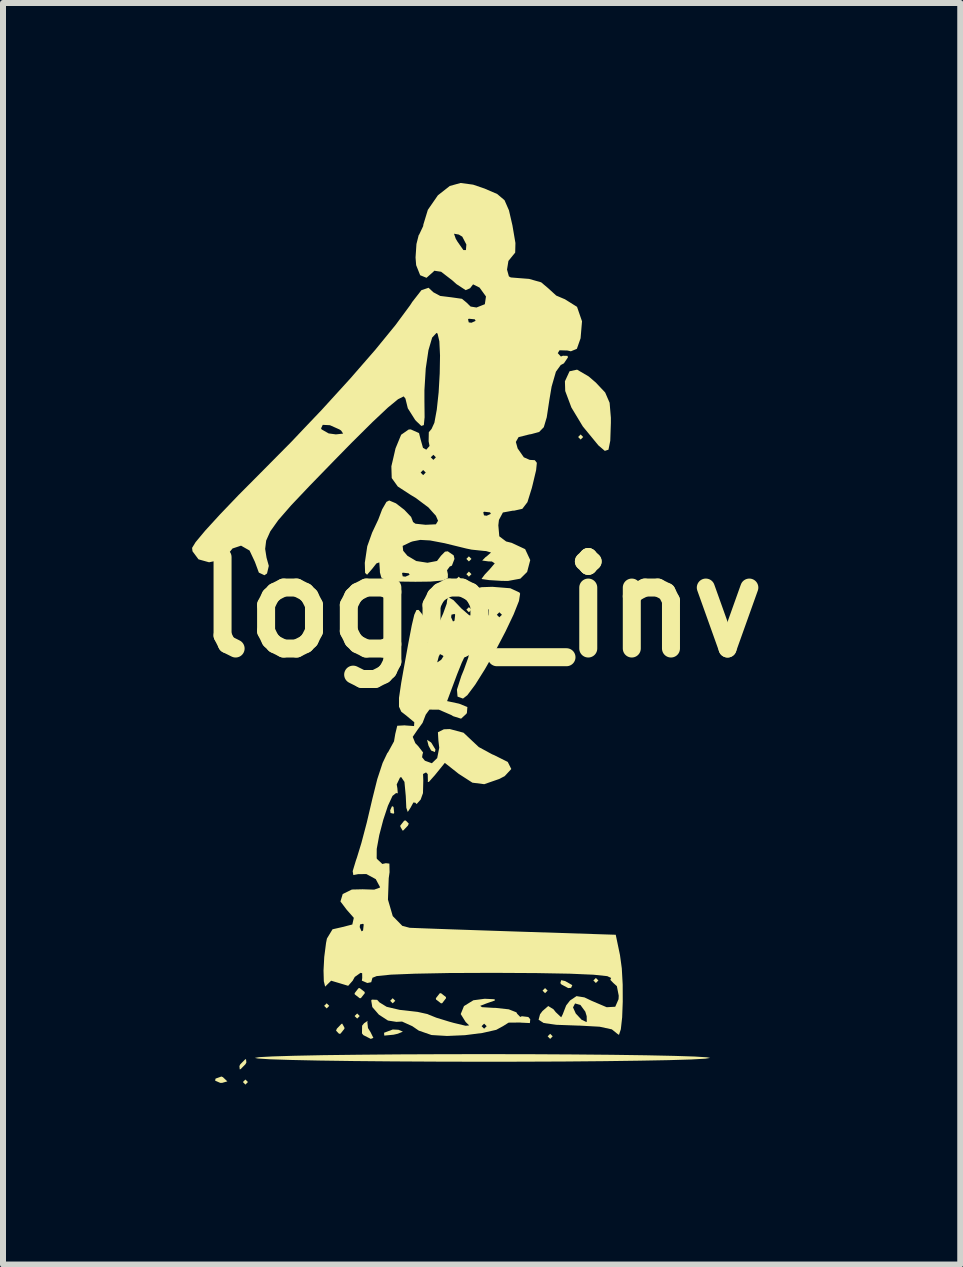
<source format=kicad_pcb>
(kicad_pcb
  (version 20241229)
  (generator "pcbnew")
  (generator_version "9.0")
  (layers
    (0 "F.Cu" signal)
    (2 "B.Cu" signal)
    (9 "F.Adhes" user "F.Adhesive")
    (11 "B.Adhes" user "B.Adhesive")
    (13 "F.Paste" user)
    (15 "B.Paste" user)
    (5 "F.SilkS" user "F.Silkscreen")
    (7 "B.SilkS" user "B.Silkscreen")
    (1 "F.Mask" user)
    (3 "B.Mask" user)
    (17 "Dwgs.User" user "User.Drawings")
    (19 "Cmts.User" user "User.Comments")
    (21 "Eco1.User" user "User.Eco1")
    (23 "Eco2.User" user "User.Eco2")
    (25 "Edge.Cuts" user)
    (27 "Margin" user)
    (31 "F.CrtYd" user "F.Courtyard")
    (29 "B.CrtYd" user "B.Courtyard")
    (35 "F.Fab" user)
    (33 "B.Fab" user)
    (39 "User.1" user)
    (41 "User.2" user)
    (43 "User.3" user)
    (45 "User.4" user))
  (footprint "logo_inv"
    (layer "F.Cu")
    (at 4.978 7.071)
    (property "Reference" "logo_inv" (at 0 0 0) (layer "F.SilkS") (effects (font (size 1.524 1.524) (thickness 0.3))))
    (attr board_only exclude_from_pos_files exclude_from_bom)
    (fp_poly (pts (xy -3.895 7.916) (xy -3.937 7.959) (xy -3.979 7.916) (xy -3.937 7.874)) (stroke (width 0) (type solid)) (fill yes) (layer "F.SilkS"))
    (fp_poly (pts (xy -2.54 6.646) (xy -2.582 6.689) (xy -2.625 6.646) (xy -2.582 6.604)) (stroke (width 0) (type solid)) (fill yes) (layer "F.SilkS"))
    (fp_poly (pts (xy -2.032 6.816) (xy -2.074 6.858) (xy -2.117 6.816) (xy -2.074 6.773)) (stroke (width 0) (type solid)) (fill yes) (layer "F.SilkS"))
    (fp_poly (pts (xy -1.439 6.562) (xy -1.482 6.604) (xy -1.524 6.562) (xy -1.482 6.519)) (stroke (width 0) (type solid)) (fill yes) (layer "F.SilkS"))
    (fp_poly (pts (xy -0.339 -0.466) (xy -0.381 -0.423) (xy -0.423 -0.466) (xy -0.381 -0.508)) (stroke (width 0) (type solid)) (fill yes) (layer "F.SilkS"))
    (fp_poly (pts (xy -0.169 -0.804) (xy -0.212 -0.762) (xy -0.254 -0.804) (xy -0.212 -0.847)) (stroke (width 0) (type solid)) (fill yes) (layer "F.SilkS"))
    (fp_poly (pts (xy -0.169 -0.55) (xy -0.212 -0.508) (xy -0.254 -0.55) (xy -0.212 -0.593)) (stroke (width 0) (type solid)) (fill yes) (layer "F.SilkS"))
    (fp_poly (pts (xy -0.169 0.042) (xy -0.212 0.085) (xy -0.254 0.042) (xy -0.212 0)) (stroke (width 0) (type solid)) (fill yes) (layer "F.SilkS"))
    (fp_poly (pts (xy 1.101 6.392) (xy 1.058 6.435) (xy 1.016 6.392) (xy 1.058 6.35)) (stroke (width 0) (type solid)) (fill yes) (layer "F.SilkS"))
    (fp_poly (pts (xy 1.185 7.154) (xy 1.143 7.197) (xy 1.101 7.154) (xy 1.143 7.112)) (stroke (width 0) (type solid)) (fill yes) (layer "F.SilkS"))
    (fp_poly (pts (xy 1.693 -2.836) (xy 1.651 -2.794) (xy 1.609 -2.836) (xy 1.651 -2.879)) (stroke (width 0) (type solid)) (fill yes) (layer "F.SilkS"))
    (fp_poly (pts (xy 1.947 6.223) (xy 1.905 6.265) (xy 1.863 6.223) (xy 1.905 6.181)) (stroke (width 0) (type solid)) (fill yes) (layer "F.SilkS"))
    (fp_poly (pts (xy -1.468 3.33) (xy -1.457 3.431) (xy -1.468 3.443) (xy -1.518 3.431) (xy -1.524 3.387) (xy -1.493 3.317)) (stroke (width 0) (type solid)) (fill yes) (layer "F.SilkS"))
    (fp_poly (pts (xy -4.312 7.835) (xy -4.238 7.905) (xy -4.325 7.93) (xy -4.357 7.93) (xy -4.442 7.893) (xy -4.435 7.859) (xy -4.337 7.824)) (stroke (width 0) (type solid)) (fill yes) (layer "F.SilkS"))
    (fp_poly (pts (xy -0.847 2.252) (xy -0.836 2.263) (xy -0.769 2.374) (xy -0.778 2.415) (xy -0.841 2.39) (xy -0.884 2.311) (xy -0.909 2.212)) (stroke (width 0) (type solid)) (fill yes) (layer "F.SilkS"))
    (fp_poly (pts (xy 1.393 6.233) (xy 1.512 6.301) (xy 1.492 6.346) (xy 1.444 6.35) (xy 1.33 6.289) (xy 1.313 6.266) (xy 1.327 6.218)) (stroke (width 0) (type solid)) (fill yes) (layer "F.SilkS"))
    (fp_poly (pts (xy -3.921 7.59) (xy -3.937 7.62) (xy -4.017 7.701) (xy -4.032 7.705) (xy -4.037 7.65) (xy -4.022 7.62) (xy -3.942 7.539) (xy -3.927 7.535)) (stroke (width 0) (type solid)) (fill yes) (layer "F.SilkS"))
    (fp_poly (pts (xy -2.287 7.008) (xy -2.286 7.027) (xy -2.351 7.109) (xy -2.376 7.112) (xy -2.426 7.06) (xy -2.413 7.027) (xy -2.337 6.947) (xy -2.323 6.943)) (stroke (width 0) (type solid)) (fill yes) (layer "F.SilkS"))
    (fp_poly (pts (xy -1.95 6.414) (xy -1.947 6.435) (xy -2.012 6.517) (xy -2.032 6.519) (xy -2.114 6.455) (xy -2.117 6.435) (xy -2.052 6.352) (xy -2.032 6.35)) (stroke (width 0) (type solid)) (fill yes) (layer "F.SilkS"))
    (fp_poly (pts (xy -1.385 7.045) (xy -1.312 7.076) (xy -1.397 7.111) (xy -1.467 7.127) (xy -1.622 7.142) (xy -1.626 7.096) (xy -1.624 7.094) (xy -1.48 7.04)) (stroke (width 0) (type solid)) (fill yes) (layer "F.SilkS"))
    (fp_poly (pts (xy -1.214 3.608) (xy -1.228 3.641) (xy -1.304 3.721) (xy -1.317 3.725) (xy -1.354 3.66) (xy -1.355 3.641) (xy -1.29 3.559) (xy -1.265 3.556)) (stroke (width 0) (type solid)) (fill yes) (layer "F.SilkS"))
    (fp_poly (pts (xy -0.595 6.499) (xy -0.593 6.519) (xy -0.657 6.602) (xy -0.677 6.604) (xy -0.76 6.54) (xy -0.762 6.519) (xy -0.698 6.437) (xy -0.677 6.435)) (stroke (width 0) (type solid)) (fill yes) (layer "F.SilkS"))
    (fp_poly (pts (xy -1.905 6.913) (xy -1.894 7.016) (xy -1.852 7.083) (xy -1.804 7.18) (xy -1.847 7.197) (xy -1.971 7.134) (xy -1.994 7.105) (xy -1.992 6.977) (xy -1.958 6.935) (xy -1.897 6.895)) (stroke (width 0) (type solid)) (fill yes) (layer "F.SilkS"))
    (fp_poly (pts (xy 1.785 -3.846) (xy 1.905 -3.743) (xy 2.06 -3.578) (xy 2.134 -3.407) (xy 2.155 -3.157) (xy 2.155 -3.071) (xy 2.145 -2.774) (xy 2.115 -2.625) (xy 2.054 -2.605) (xy 1.95 -2.694) (xy 1.945 -2.699) (xy 1.687 -3.013) (xy 1.497 -3.328) (xy 1.394 -3.603) (xy 1.389 -3.765) (xy 1.466 -3.932) (xy 1.592 -3.959)) (stroke (width 0) (type solid)) (fill yes) (layer "F.SilkS"))
    (fp_poly (pts (xy 0.78 7.452) (xy 1.511 7.456) (xy 2.171 7.462) (xy 2.742 7.47) (xy 3.208 7.48) (xy 3.552 7.491) (xy 3.757 7.504) (xy 3.81 7.514) (xy 3.728 7.527) (xy 3.494 7.54) (xy 3.124 7.551) (xy 2.636 7.56) (xy 2.047 7.568) (xy 1.373 7.574) (xy 0.632 7.577) (xy 0.034 7.578) (xy -0.749 7.576) (xy -1.478 7.572) (xy -2.138 7.566) (xy -2.71 7.558) (xy -3.177 7.548) (xy -3.522 7.537) (xy -3.728 7.524) (xy -3.781 7.514) (xy -3.707 7.501) (xy -3.481 7.489) (xy -3.119 7.478) (xy -2.637 7.468) (xy -2.053 7.461) (xy -1.382 7.455) (xy -0.642 7.452) (xy -0.005 7.451)) (stroke (width 0) (type solid)) (fill yes) (layer "F.SilkS"))
    (fp_poly (pts (xy 0.217 6.536) (xy 0.221 6.557) (xy 0.085 6.604) (xy -0.023 6.646) (xy 0.006 6.668) (xy 0.186 6.679) (xy 0.233 6.68) (xy 0.453 6.704) (xy 0.58 6.754) (xy 0.593 6.778) (xy 0.644 6.831) (xy 0.671 6.819) (xy 0.779 6.832) (xy 0.811 6.869) (xy 0.805 6.933) (xy 0.656 6.926) (xy 0.645 6.924) (xy 0.45 6.926) (xy 0.358 6.984) (xy 0.244 7.046) (xy 0.014 7.098) (xy -0.277 7.135) (xy -0.576 7.148) (xy -0.828 7.133) (xy -0.839 7.131) (xy -1.047 7.059) (xy -1.155 6.985) (xy 0 6.985) (xy 0.042 7.027) (xy 0.085 6.985) (xy 0.042 6.943) (xy 0 6.985) (xy -1.155 6.985) (xy -1.155 6.985) (xy -1.326 6.908) (xy -1.42 6.913) (xy -1.561 6.891) (xy -1.712 6.793) (xy -1.822 6.666) (xy -1.84 6.557) (xy -1.829 6.542) (xy -1.741 6.546) (xy -1.703 6.588) (xy -1.583 6.662) (xy -1.366 6.713) (xy -1.299 6.72) (xy -1.065 6.747) (xy -0.903 6.783) (xy -0.883 6.792) (xy -0.756 6.843) (xy -0.538 6.91) (xy -0.466 6.93) (xy -0.266 6.978) (xy -0.207 6.972) (xy -0.266 6.915) (xy -0.348 6.783) (xy -0.294 6.65) (xy -0.137 6.553) (xy 0.052 6.528)) (stroke (width 0) (type solid)) (fill yes) (layer "F.SilkS"))
    (fp_poly (pts (xy 0.479 -0.315) (xy 0.63 -0.245) (xy 0.642 -0.225) (xy 0.623 -0.103) (xy 0.534 0.121) (xy 0.397 0.409) (xy 0.231 0.726) (xy 0.056 1.033) (xy -0.107 1.293) (xy -0.238 1.468) (xy -0.31 1.524) (xy -0.401 1.491) (xy -0.411 1.375) (xy -0.338 1.148) (xy -0.295 1.043) (xy -0.222 0.84) (xy -0.198 0.714) (xy -0.202 0.701) (xy -0.248 0.753) (xy -0.33 0.924) (xy -0.407 1.116) (xy -0.575 1.566) (xy -0.375 1.609) (xy -0.237 1.665) (xy -0.245 1.763) (xy -0.254 1.778) (xy -0.342 1.859) (xy -0.473 1.818) (xy -0.504 1.799) (xy -0.712 1.709) (xy -0.87 1.708) (xy -0.931 1.792) (xy -0.984 1.929) (xy -1.062 2.036) (xy -1.148 2.162) (xy -1.105 2.267) (xy -1.056 2.318) (xy -0.975 2.423) (xy -0.985 2.455) (xy -0.992 2.502) (xy -0.945 2.56) (xy -0.829 2.602) (xy -0.74 2.516) (xy -0.706 2.343) (xy -0.72 2.223) (xy -0.728 2.085) (xy -0.629 2.036) (xy -0.53 2.032) (xy -0.301 2.093) (xy -0.193 2.195) (xy -0.047 2.332) (xy 0.176 2.453) (xy 0.208 2.466) (xy 0.436 2.58) (xy 0.495 2.698) (xy 0.385 2.817) (xy 0.292 2.865) (xy 0.044 2.951) (xy -0.153 2.926) (xy -0.378 2.781) (xy -0.38 2.78) (xy -0.613 2.596) (xy -0.779 2.801) (xy -0.878 2.912) (xy -0.9 2.915) (xy -0.895 2.906) (xy -0.898 2.783) (xy -0.926 2.755) (xy -0.976 2.781) (xy -0.972 2.888) (xy -0.977 3.1) (xy -1.016 3.208) (xy -1.084 3.283) (xy -1.104 3.26) (xy -1.137 3.256) (xy -1.185 3.344) (xy -1.231 3.414) (xy -1.255 3.344) (xy -1.264 3.149) (xy -1.286 2.913) (xy -1.34 2.833) (xy -1.36 2.84) (xy -1.415 2.955) (xy -1.404 3.019) (xy -1.397 3.103) (xy -1.426 3.099) (xy -1.485 3.146) (xy -1.561 3.31) (xy -1.639 3.545) (xy -1.706 3.801) (xy -1.748 4.03) (xy -1.749 4.183) (xy -1.745 4.196) (xy -1.655 4.281) (xy -1.596 4.268) (xy -1.537 4.275) (xy -1.534 4.418) (xy -1.548 4.518) (xy -1.561 4.875) (xy -1.481 5.15) (xy -1.321 5.313) (xy -1.198 5.345) (xy -1.044 5.351) (xy -0.752 5.362) (xy -0.353 5.376) (xy 0.122 5.392) (xy 0.631 5.409) (xy 2.236 5.461) (xy 2.307 5.8) (xy 2.337 6.02) (xy 2.352 6.292) (xy 2.353 6.578) (xy 2.343 6.839) (xy 2.321 7.036) (xy 2.29 7.13) (xy 2.263 7.112) (xy 2.171 7.038) (xy 1.968 6.994) (xy 1.627 6.975) (xy 1.605 6.975) (xy 1.245 6.962) (xy 1.034 6.932) (xy 0.95 6.877) (xy 0.974 6.787) (xy 1.015 6.732) (xy 1.111 6.649) (xy 1.198 6.703) (xy 1.236 6.751) (xy 1.327 6.837) (xy 1.352 6.788) (xy 1.397 6.672) (xy 1.524 6.672) (xy 1.57 6.774) (xy 1.666 6.877) (xy 1.746 6.915) (xy 1.753 6.911) (xy 1.752 6.819) (xy 1.729 6.743) (xy 1.647 6.631) (xy 1.558 6.606) (xy 1.524 6.672) (xy 1.397 6.672) (xy 1.41 6.639) (xy 1.474 6.557) (xy 1.582 6.484) (xy 1.714 6.505) (xy 1.834 6.562) (xy 2.085 6.669) (xy 2.228 6.661) (xy 2.283 6.535) (xy 2.286 6.477) (xy 2.255 6.318) (xy 2.196 6.265) (xy 2.146 6.213) (xy 2.159 6.181) (xy 2.095 6.151) (xy 1.865 6.127) (xy 1.472 6.11) (xy 0.918 6.1) (xy 0.207 6.096) (xy 0.169 6.096) (xy -0.549 6.099) (xy -1.111 6.11) (xy -1.512 6.126) (xy -1.749 6.15) (xy -1.821 6.179) (xy -1.82 6.181) (xy -1.84 6.252) (xy -1.905 6.265) (xy -1.996 6.226) (xy -1.99 6.181) (xy -1.991 6.102) (xy -2.018 6.096) (xy -2.114 6.164) (xy -2.149 6.227) (xy -2.224 6.312) (xy -2.363 6.27) (xy -2.508 6.227) (xy -2.569 6.287) (xy -2.608 6.326) (xy -2.63 6.236) (xy -2.635 6.058) (xy -2.623 5.832) (xy -2.593 5.598) (xy -2.578 5.524) (xy -2.485 5.37) (xy -2.327 5.334) (xy -2.032 5.334) (xy -2.001 5.404) (xy -1.976 5.39) (xy -1.965 5.29) (xy -1.976 5.278) (xy -2.026 5.289) (xy -2.032 5.334) (xy -2.327 5.334) (xy -2.155 5.29) (xy -2.13 5.179) (xy -2.248 5.045) (xy -2.353 4.906) (xy -2.315 4.782) (xy -2.162 4.707) (xy -1.982 4.703) (xy -1.791 4.709) (xy -1.696 4.675) (xy -1.693 4.667) (xy -1.764 4.534) (xy -1.921 4.449) (xy -2.06 4.451) (xy -2.138 4.466) (xy -2.149 4.401) (xy -2.094 4.219) (xy -2.079 4.177) (xy -2.004 3.932) (xy -1.914 3.591) (xy -1.828 3.225) (xy -1.821 3.195) (xy -1.739 2.867) (xy -1.65 2.597) (xy -1.572 2.433) (xy -1.559 2.418) (xy -1.46 2.237) (xy -1.439 2.113) (xy -1.406 1.977) (xy -1.279 1.97) (xy -1.27 1.972) (xy -1.126 1.982) (xy -1.122 1.919) (xy -1.257 1.806) (xy -1.261 1.803) (xy -1.339 1.743) (xy -1.377 1.659) (xy -1.377 1.512) (xy -1.34 1.262) (xy -1.301 1.042) (xy -1.279 0.921) (xy -0.74 0.921) (xy -0.678 0.88) (xy -0.667 0.869) (xy -0.6 0.758) (xy -0.609 0.717) (xy -0.672 0.743) (xy -0.714 0.822) (xy -0.74 0.921) (xy -1.279 0.921) (xy -1.221 0.601) (xy -1.164 0.303) (xy -1.122 0.126) (xy -1.086 0.048) (xy -1.05 0.046) (xy -1.006 0.098) (xy -0.983 0.128) (xy -0.91 0.325) (xy -0.903 0.498) (xy -0.903 0.593) (xy -0.855 0.546) (xy -0.767 0.381) (xy -0.169 0.381) (xy -0.127 0.423) (xy -0.085 0.381) (xy -0.127 0.339) (xy -0.169 0.381) (xy -0.767 0.381) (xy -0.751 0.351) (xy -0.745 0.339) (xy -0.669 0.169) (xy -0.508 0.169) (xy -0.477 0.239) (xy -0.452 0.226) (xy -0.446 0.174) (xy 0 0.174) (xy 0.027 0.251) (xy 0.09 0.184) (xy 0.115 0.127) (xy 0.254 0.127) (xy 0.296 0.169) (xy 0.339 0.127) (xy 0.296 0.085) (xy 0.254 0.127) (xy 0.115 0.127) (xy 0.117 0.123) (xy 0.123 0.035) (xy 0.084 0.043) (xy 0.003 0.151) (xy 0 0.174) (xy -0.446 0.174) (xy -0.441 0.125) (xy -0.452 0.113) (xy -0.502 0.125) (xy -0.508 0.169) (xy -0.669 0.169) (xy -0.641 0.107) (xy -0.581 -0.06) (xy -0.576 -0.106) (xy -0.561 -0.17) (xy -0.469 -0.117) (xy -0.338 0.021) (xy -0.206 0.135) (xy -0.113 0.144) (xy -0.102 0.057) (xy -0.137 -0.016) (xy -0.219 -0.19) (xy -0.179 -0.29) (xy -0.000381 -0.333) (xy 0.179 -0.339)) (stroke (width 0) (type solid)) (fill yes) (layer "F.SilkS"))
    (fp_poly (pts (xy -0.142 -7.043) (xy 0.049 -6.978) (xy 0.26 -6.887) (xy 0.382 -6.784) (xy 0.456 -6.615) (xy 0.514 -6.364) (xy 0.564 -6.07) (xy 0.56 -5.91) (xy 0.518 -5.859) (xy 0.447 -5.771) (xy 0.424 -5.627) (xy 0.455 -5.514) (xy 0.487 -5.496) (xy 0.611 -5.486) (xy 0.791 -5.472) (xy 0.993 -5.415) (xy 1.107 -5.319) (xy 1.244 -5.194) (xy 1.39 -5.132) (xy 1.591 -5.006) (xy 1.674 -4.765) (xy 1.65 -4.482) (xy 1.588 -4.306) (xy 1.488 -4.265) (xy 1.432 -4.278) (xy 1.299 -4.282) (xy 1.27 -4.234) (xy 1.322 -4.178) (xy 1.355 -4.191) (xy 1.433 -4.189) (xy 1.439 -4.163) (xy 1.372 -4.064) (xy 1.32 -4.037) (xy 1.239 -3.925) (xy 1.167 -3.676) (xy 1.13 -3.456) (xy 1.086 -3.165) (xy 1.037 -3) (xy 0.959 -2.92) (xy 0.826 -2.884) (xy 0.794 -2.879) (xy 0.616 -2.834) (xy 0.571 -2.754) (xy 0.601 -2.646) (xy 0.704 -2.498) (xy 0.802 -2.455) (xy 0.887 -2.45) (xy 0.921 -2.406) (xy 0.909 -2.284) (xy 0.852 -2.045) (xy 0.837 -1.985) (xy 0.764 -1.75) (xy 0.679 -1.639) (xy 0.544 -1.609) (xy 0.519 -1.608) (xy 0.355 -1.578) (xy 0.289 -1.454) (xy 0.279 -1.364) (xy 0.295 -1.181) (xy 0.409 -1.095) (xy 0.501 -1.072) (xy 0.726 -0.967) (xy 0.811 -0.785) (xy 0.759 -0.587) (xy 0.646 -0.475) (xy 0.441 -0.437) (xy 0.336 -0.438) (xy 0.125 -0.451) (xy 0.008 -0.468) (xy 0 -0.473) (xy 0.052 -0.543) (xy 0.133 -0.629) (xy 0.219 -0.73) (xy 0.172 -0.761) (xy 0.112 -0.763) (xy 0.01 -0.777) (xy 0.067 -0.835) (xy 0.085 -0.847) (xy 0.157 -0.911) (xy 0.074 -0.935) (xy 0.042 -0.937) (xy -0.167 -0.959) (xy -0.254 -0.977) (xy -0.617 -1.066) (xy -0.859 -1.112) (xy -1.022 -1.121) (xy -1.147 -1.097) (xy -1.18 -1.086) (xy -1.316 -1.021) (xy -1.307 -0.94) (xy -1.237 -0.857) (xy -1.089 -0.769) (xy -0.902 -0.74) (xy -0.743 -0.77) (xy -0.677 -0.857) (xy -0.61 -0.925) (xy -0.564 -0.931) (xy -0.465 -0.863) (xy -0.452 -0.804) (xy -0.495 -0.692) (xy -0.531 -0.677) (xy -0.576 -0.615) (xy -0.562 -0.55) (xy -0.563 -0.483) (xy -0.65 -0.444) (xy -0.854 -0.426) (xy -1.103 -0.423) (xy -1.413 -0.427) (xy -1.59 -0.447) (xy -1.672 -0.494) (xy -1.691 -0.564) (xy -1.326 -0.564) (xy -1.315 -0.514) (xy -1.27 -0.508) (xy -1.2 -0.539) (xy -1.214 -0.564) (xy -1.314 -0.575) (xy -1.326 -0.564) (xy -1.691 -0.564) (xy -1.695 -0.58) (xy -1.696 -0.614) (xy -1.705 -0.746) (xy -1.753 -0.729) (xy -1.823 -0.64) (xy -1.909 -0.54) (xy -1.942 -0.571) (xy -1.947 -0.739) (xy -1.906 -1.015) (xy -1.825 -1.242) (xy -1.722 -1.461) (xy -1.658 -1.63) (xy -1.586 -1.755) (xy -1.54 -1.778) (xy -1.428 -1.731) (xy -1.288 -1.623) (xy -1.175 -1.504) (xy -1.144 -1.425) (xy -1.146 -1.422) (xy -1.103 -1.391) (xy -0.943 -1.374) (xy -0.933 -1.373) (xy -0.762 -1.381) (xy -0.726 -1.44) (xy -0.762 -1.524) (xy -0.813 -1.58) (xy 0.028 -1.58) (xy 0.04 -1.53) (xy 0.085 -1.524) (xy 0.154 -1.555) (xy 0.141 -1.58) (xy 0.041 -1.591) (xy 0.028 -1.58) (xy -0.813 -1.58) (xy -0.886 -1.662) (xy -1.096 -1.819) (xy -1.185 -1.873) (xy -1.397 -2.011) (xy -1.498 -2.152) (xy -1.501 -2.244) (xy -1.016 -2.244) (xy -0.974 -2.201) (xy -0.931 -2.244) (xy -0.974 -2.286) (xy -1.016 -2.244) (xy -1.501 -2.244) (xy -1.504 -2.348) (xy -1.469 -2.498) (xy -0.847 -2.498) (xy -0.804 -2.455) (xy -0.762 -2.498) (xy -0.804 -2.54) (xy -0.847 -2.498) (xy -1.469 -2.498) (xy -1.435 -2.646) (xy -1.341 -2.874) (xy -1.216 -2.961) (xy -1.181 -2.963) (xy -1.043 -2.902) (xy -1.016 -2.794) (xy -0.977 -2.656) (xy -0.922 -2.625) (xy -0.868 -2.687) (xy -0.883 -2.766) (xy -0.88 -2.916) (xy -0.834 -2.971) (xy -0.787 -3.074) (xy -0.747 -3.293) (xy -0.716 -3.582) (xy -0.698 -3.898) (xy -0.693 -4.196) (xy -0.704 -4.431) (xy -0.734 -4.56) (xy -0.751 -4.572) (xy -0.824 -4.494) (xy -0.886 -4.283) (xy -0.931 -3.978) (xy -0.953 -3.616) (xy -0.953 -3.441) (xy -0.95 -3.166) (xy -0.963 -3.035) (xy -1.005 -3.021) (xy -1.087 -3.099) (xy -1.107 -3.12) (xy -1.23 -3.315) (xy -1.27 -3.478) (xy -1.299 -3.513) (xy -1.393 -3.466) (xy -1.562 -3.327) (xy -1.817 -3.087) (xy -2.169 -2.738) (xy -2.457 -2.444) (xy -2.868 -2.021) (xy -3.174 -1.698) (xy -3.388 -1.452) (xy -3.522 -1.264) (xy -3.591 -1.11) (xy -3.608 -0.971) (xy -3.585 -0.825) (xy -3.547 -0.688) (xy -3.577 -0.561) (xy -3.62 -0.532) (xy -3.713 -0.576) (xy -3.779 -0.755) (xy -3.868 -0.944) (xy -4.01 -1.025) (xy -4.152 -0.978) (xy -4.195 -0.925) (xy -4.349 -0.789) (xy -4.543 -0.748) (xy -4.719 -0.797) (xy -4.819 -0.931) (xy -4.826 -0.988) (xy -4.768 -1.083) (xy -4.608 -1.275) (xy -4.363 -1.543) (xy -4.053 -1.867) (xy -3.697 -2.225) (xy -3.695 -2.227) (xy -3.172 -2.755) (xy -2.959 -2.98) (xy -2.676 -2.98) (xy -2.667 -2.963) (xy -2.549 -2.896) (xy -2.429 -2.88) (xy -2.308 -2.893) (xy -2.342 -2.944) (xy -2.371 -2.963) (xy -2.528 -3.033) (xy -2.648 -3.039) (xy -2.676 -2.98) (xy -2.959 -2.98) (xy -2.663 -3.291) (xy -2.19 -3.81) (xy -1.773 -4.289) (xy -1.434 -4.704) (xy -1.365 -4.798) (xy -0.226 -4.798) (xy -0.214 -4.747) (xy -0.169 -4.741) (xy -0.1 -4.772) (xy -0.113 -4.798) (xy -0.213 -4.808) (xy -0.226 -4.798) (xy -1.365 -4.798) (xy -1.192 -5.032) (xy -1.156 -5.088) (xy -1.003 -5.284) (xy -0.884 -5.324) (xy -0.804 -5.249) (xy -0.69 -5.188) (xy -0.503 -5.165) (xy -0.327 -5.14) (xy -0.254 -5.08) (xy -0.183 -5.011) (xy -0.085 -4.995) (xy 0.054 -5.05) (xy 0.073 -5.179) (xy -0.034 -5.327) (xy -0.142 -5.381) (xy -0.192 -5.316) (xy -0.265 -5.284) (xy -0.419 -5.385) (xy -0.488 -5.447) (xy -0.675 -5.591) (xy -0.788 -5.608) (xy -0.8 -5.595) (xy -0.918 -5.49) (xy -1.024 -5.533) (xy -1.091 -5.701) (xy -1.101 -5.828) (xy -1.086 -6.053) (xy -1.049 -6.2) (xy -1.038 -6.215) (xy -1.034 -6.225) (xy -0.46 -6.225) (xy -0.431 -6.142) (xy -0.402 -6.093) (xy -0.303 -5.952) (xy -0.261 -5.953) (xy -0.254 -6.045) (xy -0.322 -6.176) (xy -0.38 -6.211) (xy -0.46 -6.225) (xy -1.034 -6.225) (xy -0.974 -6.352) (xy -0.971 -6.377) (xy -0.896 -6.623) (xy -0.728 -6.866) (xy -0.53 -7.021) (xy -0.35 -7.071)) (stroke (width 0) (type solid)) (fill yes) (layer "F.SilkS")))
  (gr_rect
    (start -3 -3)
    (end 12.957 18.029)
    (stroke (width 0.1) (type default))
    (fill no)
    (layer "Edge.Cuts")))
</source>
